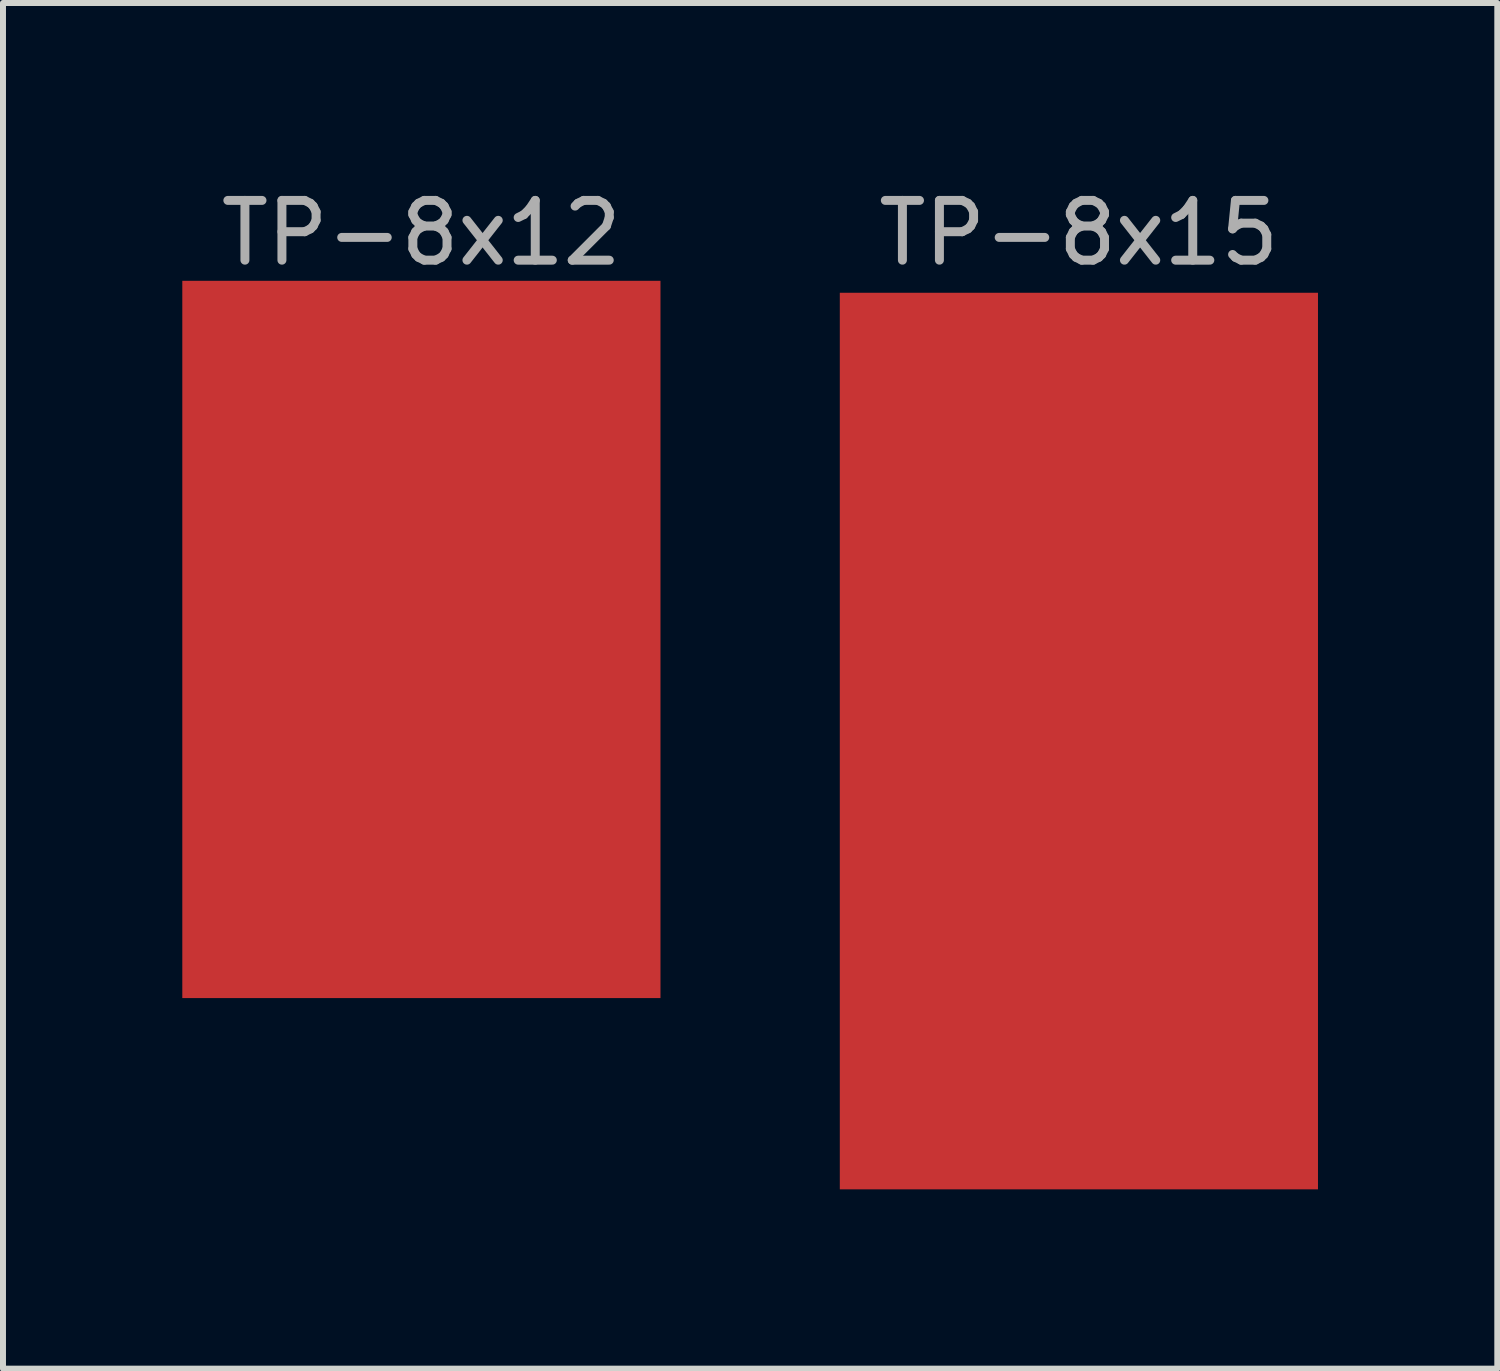
<source format=kicad_pcb>
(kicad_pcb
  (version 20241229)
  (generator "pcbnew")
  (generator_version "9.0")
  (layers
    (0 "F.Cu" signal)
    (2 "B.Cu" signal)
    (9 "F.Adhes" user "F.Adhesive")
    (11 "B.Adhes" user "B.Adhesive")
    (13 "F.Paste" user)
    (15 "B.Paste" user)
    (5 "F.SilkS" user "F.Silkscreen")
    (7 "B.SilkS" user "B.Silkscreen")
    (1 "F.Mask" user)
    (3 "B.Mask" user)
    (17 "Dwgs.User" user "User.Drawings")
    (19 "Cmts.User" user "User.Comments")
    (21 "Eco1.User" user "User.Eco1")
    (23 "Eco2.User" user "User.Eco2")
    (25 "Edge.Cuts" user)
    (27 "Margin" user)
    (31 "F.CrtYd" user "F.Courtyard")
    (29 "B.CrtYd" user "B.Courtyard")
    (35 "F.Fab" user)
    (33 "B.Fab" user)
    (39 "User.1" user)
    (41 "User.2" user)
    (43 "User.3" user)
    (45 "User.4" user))
  (footprint "TP-8x12"
    (layer "F.Cu")
    (at 4 7.648)
    (property "Reference" "TP-8x12" (at 0 -6.8 0) (layer "F.Fab") (effects (font (size 1 1) (thickness 0.15))))
    (attr through_hole)
    (pad "1" smd rect (at 0 0) (size 8 12) (layers "F.Cu")))
  (footprint "TP-8x15"
    (layer "F.Cu")
    (at 15 9.348)
    (property "Reference" "TP-8x15" (at 0 -8.5 0) (layer "F.Fab") (effects (font (size 1 1) (thickness 0.15))))
    (attr through_hole)
    (pad "1" smd rect (at 0 0) (size 8 15) (layers "F.Cu")))
  (gr_rect
    (start -3 -3)
    (end 22 19.848)
    (stroke (width 0.1) (type default))
    (fill no)
    (layer "Edge.Cuts")))
</source>
